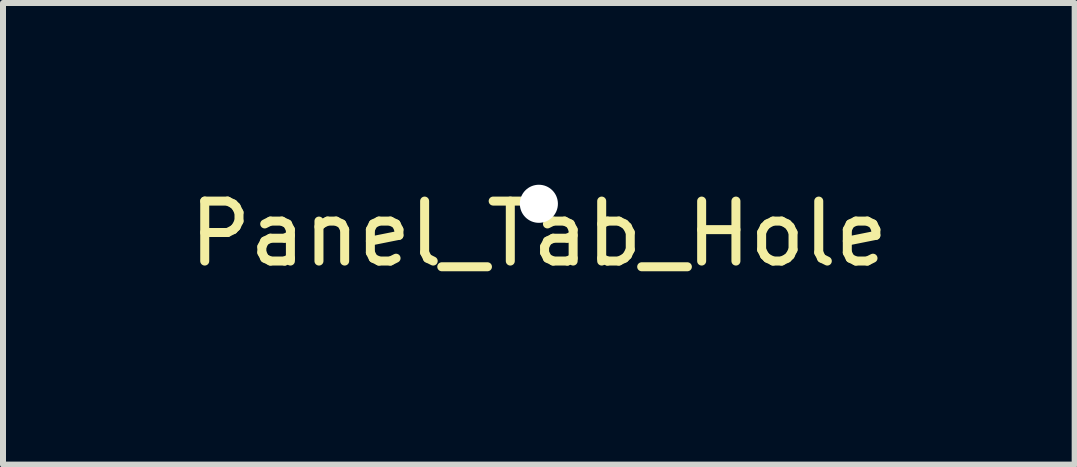
<source format=kicad_pcb>
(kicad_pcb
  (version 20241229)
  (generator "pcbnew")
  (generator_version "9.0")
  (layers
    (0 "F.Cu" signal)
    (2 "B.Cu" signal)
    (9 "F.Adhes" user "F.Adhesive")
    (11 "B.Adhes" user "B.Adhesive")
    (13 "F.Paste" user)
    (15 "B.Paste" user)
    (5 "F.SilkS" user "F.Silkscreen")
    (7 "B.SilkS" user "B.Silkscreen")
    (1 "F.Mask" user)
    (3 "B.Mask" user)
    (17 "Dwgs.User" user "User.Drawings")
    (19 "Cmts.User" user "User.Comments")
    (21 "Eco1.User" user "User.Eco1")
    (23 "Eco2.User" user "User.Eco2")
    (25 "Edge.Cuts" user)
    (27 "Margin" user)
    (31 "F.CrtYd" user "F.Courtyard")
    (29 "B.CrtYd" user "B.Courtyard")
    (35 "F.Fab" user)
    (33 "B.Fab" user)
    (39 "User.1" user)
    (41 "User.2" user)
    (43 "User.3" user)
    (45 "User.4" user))
  (footprint "Panel_Tab_Hole"
    (layer "F.Cu")
    (at 5.935 0.348)
    (property "Reference" "Panel_Tab_Hole" (at 0 0.5 0) (layer "F.SilkS") (effects (font (size 1 1) (thickness 0.15))))
    (attr through_hole)
    (pad "" np_thru_hole circle (at 0 0) (size 0.635 0.635) (drill 0.635) (layers "*.Cu" "*.Mask")))
  (gr_rect
    (start -3 -3)
    (end 14.869 4.697)
    (stroke (width 0.1) (type default))
    (fill no)
    (layer "Edge.Cuts")))
</source>
